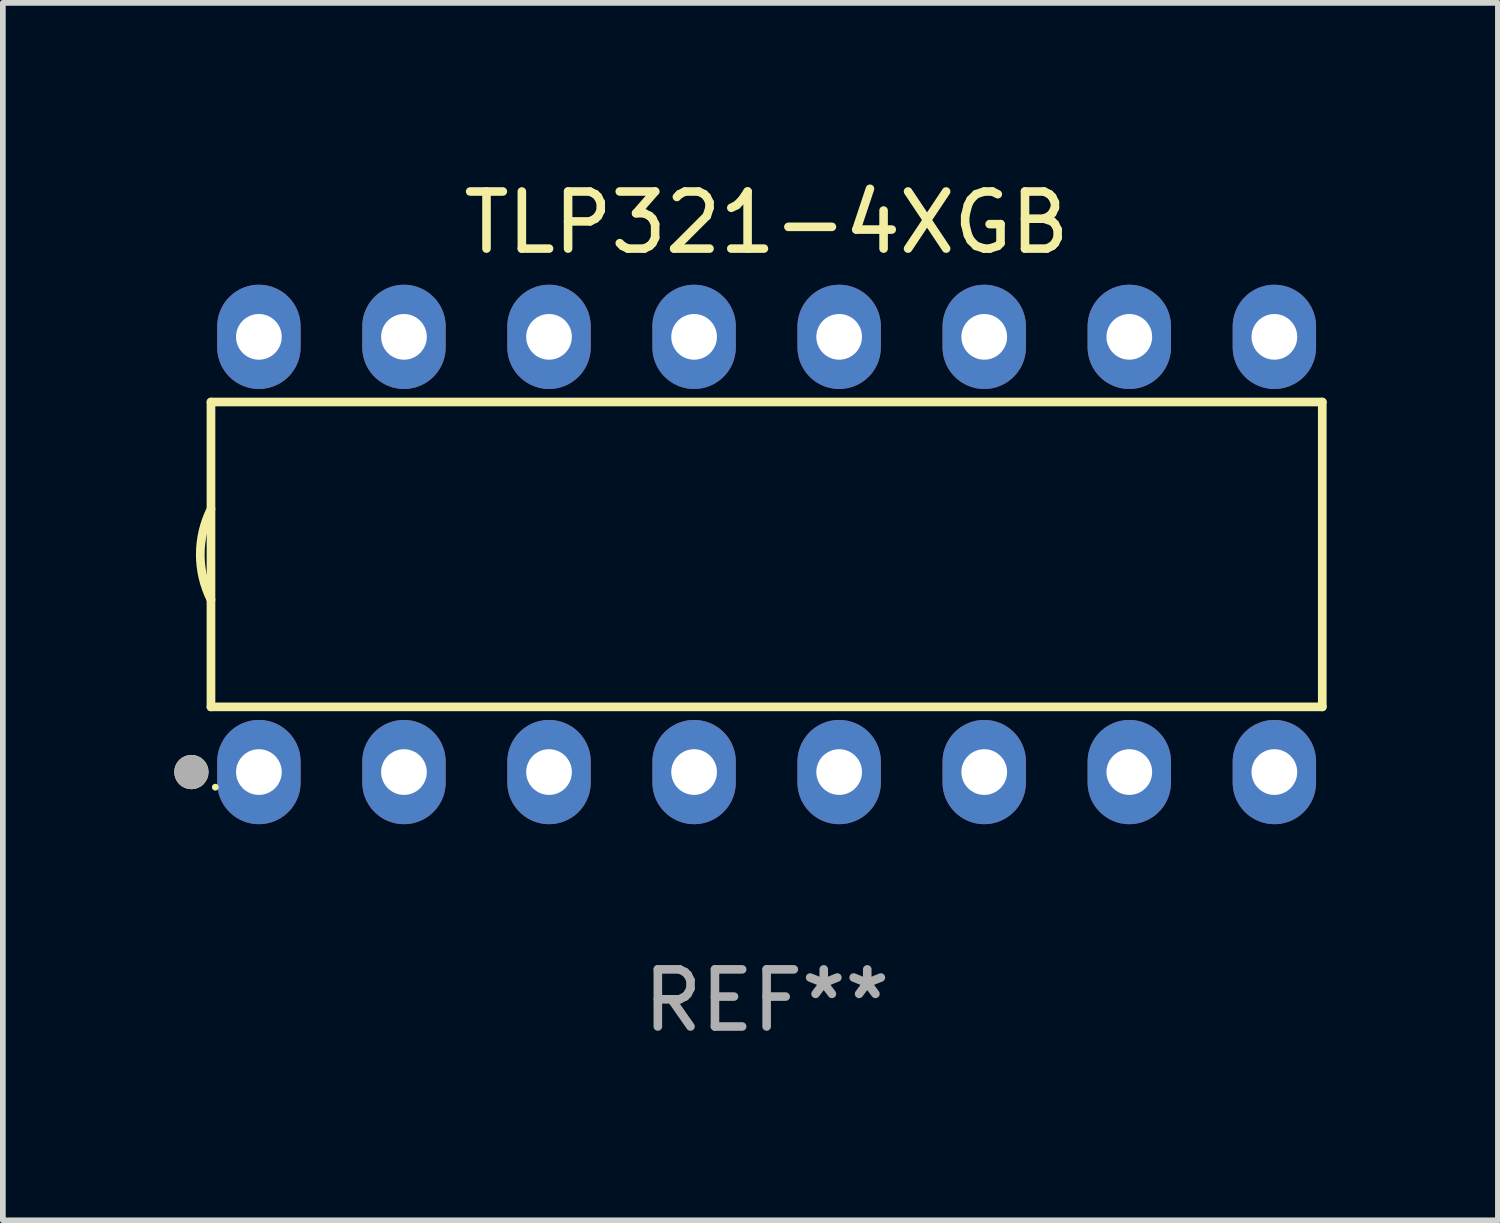
<source format=kicad_pcb>
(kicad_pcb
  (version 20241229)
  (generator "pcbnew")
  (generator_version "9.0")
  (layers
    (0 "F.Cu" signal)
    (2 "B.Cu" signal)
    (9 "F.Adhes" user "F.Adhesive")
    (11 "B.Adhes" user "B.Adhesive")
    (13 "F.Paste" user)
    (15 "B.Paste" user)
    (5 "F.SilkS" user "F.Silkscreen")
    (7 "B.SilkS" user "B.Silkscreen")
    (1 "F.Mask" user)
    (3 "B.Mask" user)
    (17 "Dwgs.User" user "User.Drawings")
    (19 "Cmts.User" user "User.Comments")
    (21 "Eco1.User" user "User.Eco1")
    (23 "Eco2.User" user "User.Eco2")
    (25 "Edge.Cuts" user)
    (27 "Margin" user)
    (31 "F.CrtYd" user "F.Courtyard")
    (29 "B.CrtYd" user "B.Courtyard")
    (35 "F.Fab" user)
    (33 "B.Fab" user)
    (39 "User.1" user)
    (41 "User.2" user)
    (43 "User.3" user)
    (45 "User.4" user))
  (footprint "TLP321-4XGB"
    (layer "F.Cu")
    (at 10.373 6.658)
    (property "Reference" "TLP321-4XGB" (at 0 -5.81 0) (layer "F.SilkS") (effects (font (size 1 1) (thickness 0.15))))
    (attr through_hole)
    (fp_line (start -9.729 -2.669) (end 9.729 -2.669) (stroke (width 0.152) (type solid)) (layer "F.SilkS"))
    (fp_line (start -9.729 2.669) (end -9.729 -2.669) (stroke (width 0.152) (type solid)) (layer "F.SilkS"))
    (fp_line (start 9.729 -2.669) (end 9.729 2.669) (stroke (width 0.152) (type solid)) (layer "F.SilkS"))
    (fp_line (start 9.729 2.669) (end -9.729 2.669) (stroke (width 0.152) (type solid)) (layer "F.SilkS"))
    (fp_arc (start -9.728727 0.793751) (mid -9.916106 0) (end -9.728727 -0.793752) (stroke (width 0.1524) (type solid)) (layer "F.SilkS"))
    (fp_circle (center -10.072 3.81) (end -9.922 3.81) (stroke (width 0.3) (type solid)) (fill no) (layer "F.SilkS"))
    (fp_circle (center -9.653 4.075) (end -9.623 4.075) (stroke (width 0.06) (type solid)) (fill no) (layer "F.SilkS"))
    (fp_circle (center -10.072 3.81) (end -9.922 3.81) (stroke (width 0.3) (type solid)) (fill no) (layer "F.Fab"))
    (fp_text user "REF**" (at 0 7.81 0) (layer "F.Fab") (effects (font (size 1 1) (thickness 0.15))))
    (pad "1" thru_hole oval (at -8.89 3.81) (size 1.46 1.825) (drill 0.8) (layers "*.Cu" "*.Mask"))
    (pad "2" thru_hole oval (at -6.35 3.81) (size 1.46 1.825) (drill 0.8) (layers "*.Cu" "*.Mask"))
    (pad "3" thru_hole oval (at -3.81 3.81) (size 1.46 1.825) (drill 0.8) (layers "*.Cu" "*.Mask"))
    (pad "4" thru_hole oval (at -1.27 3.81) (size 1.46 1.825) (drill 0.8) (layers "*.Cu" "*.Mask"))
    (pad "5" thru_hole oval (at 1.27 3.81) (size 1.46 1.825) (drill 0.8) (layers "*.Cu" "*.Mask"))
    (pad "6" thru_hole oval (at 3.81 3.81) (size 1.46 1.825) (drill 0.8) (layers "*.Cu" "*.Mask"))
    (pad "7" thru_hole oval (at 6.35 3.81) (size 1.46 1.825) (drill 0.8) (layers "*.Cu" "*.Mask"))
    (pad "8" thru_hole oval (at 8.89 3.81) (size 1.46 1.825) (drill 0.8) (layers "*.Cu" "*.Mask"))
    (pad "9" thru_hole oval (at 8.89 -3.81) (size 1.46 1.825) (drill 0.8) (layers "*.Cu" "*.Mask"))
    (pad "10" thru_hole oval (at 6.35 -3.81) (size 1.46 1.825) (drill 0.8) (layers "*.Cu" "*.Mask"))
    (pad "11" thru_hole oval (at 3.81 -3.81) (size 1.46 1.825) (drill 0.8) (layers "*.Cu" "*.Mask"))
    (pad "12" thru_hole oval (at 1.27 -3.81) (size 1.46 1.825) (drill 0.8) (layers "*.Cu" "*.Mask"))
    (pad "13" thru_hole oval (at -1.27 -3.81) (size 1.46 1.825) (drill 0.8) (layers "*.Cu" "*.Mask"))
    (pad "14" thru_hole oval (at -3.81 -3.81) (size 1.46 1.825) (drill 0.8) (layers "*.Cu" "*.Mask"))
    (pad "15" thru_hole oval (at -6.35 -3.81) (size 1.46 1.825) (drill 0.8) (layers "*.Cu" "*.Mask"))
    (pad "16" thru_hole oval (at -8.89 -3.81) (size 1.46 1.825) (drill 0.8) (layers "*.Cu" "*.Mask")))
  (gr_rect
    (start -3 -3)
    (end 23.177 18.317)
    (stroke (width 0.1) (type default))
    (fill no)
    (layer "Edge.Cuts")))
</source>
